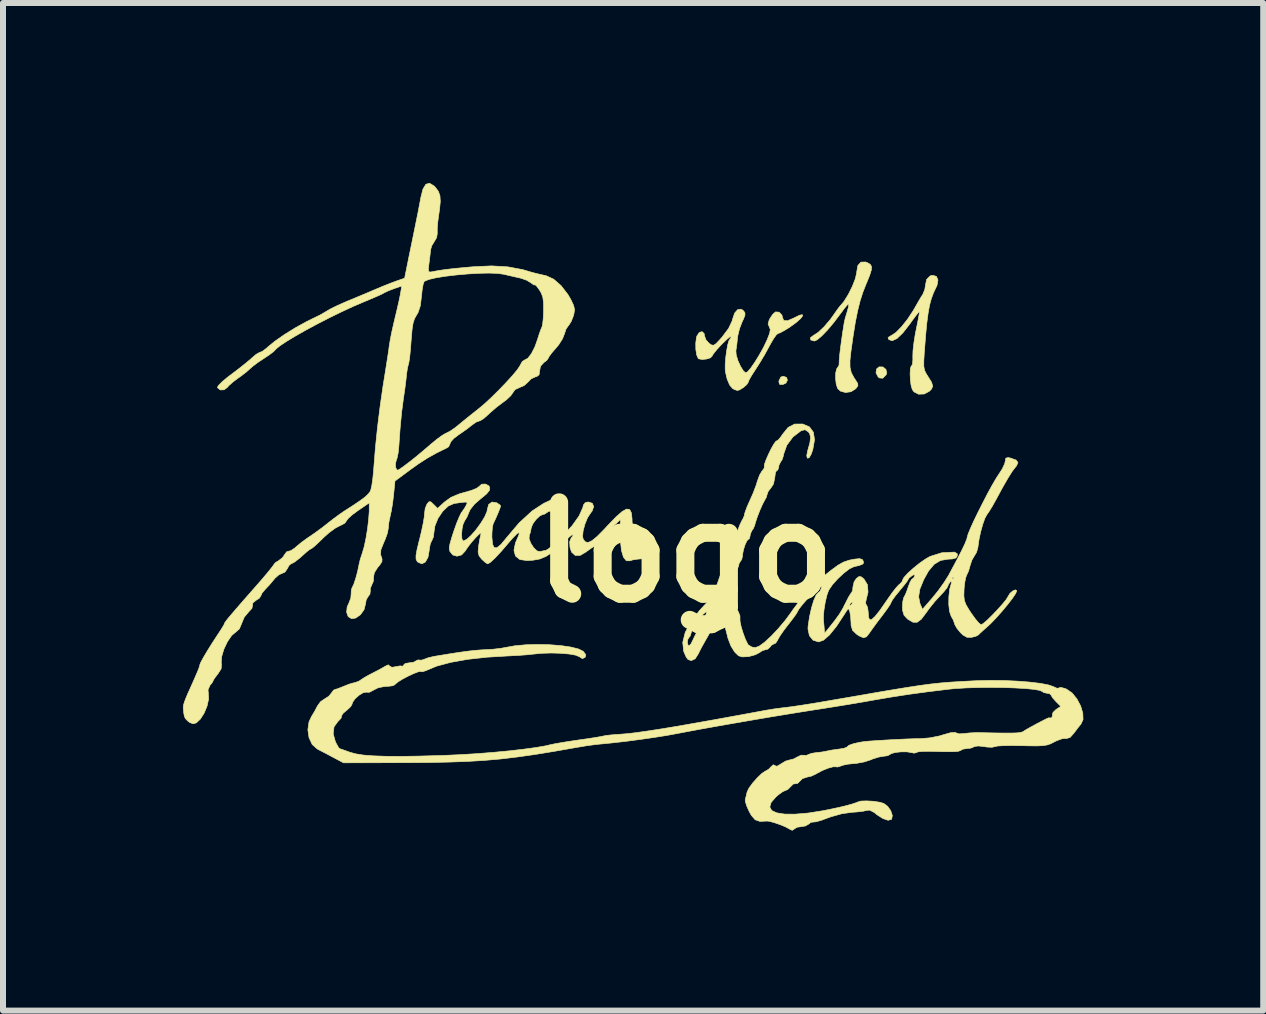
<source format=kicad_pcb>
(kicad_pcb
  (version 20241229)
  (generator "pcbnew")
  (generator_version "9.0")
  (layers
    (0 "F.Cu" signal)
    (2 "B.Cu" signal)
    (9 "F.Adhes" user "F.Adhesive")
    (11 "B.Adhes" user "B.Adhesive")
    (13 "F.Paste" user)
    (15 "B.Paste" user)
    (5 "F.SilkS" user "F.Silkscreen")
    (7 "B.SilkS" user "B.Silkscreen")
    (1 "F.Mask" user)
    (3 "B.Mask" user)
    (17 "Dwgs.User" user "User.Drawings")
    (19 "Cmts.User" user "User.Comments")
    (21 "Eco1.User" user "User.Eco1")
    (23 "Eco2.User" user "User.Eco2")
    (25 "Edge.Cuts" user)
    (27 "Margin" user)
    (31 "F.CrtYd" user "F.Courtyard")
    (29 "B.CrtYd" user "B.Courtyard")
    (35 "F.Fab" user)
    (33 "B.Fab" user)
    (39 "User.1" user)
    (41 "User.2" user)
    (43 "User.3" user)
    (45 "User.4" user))
  (footprint "logo"
    (layer "F.Cu")
    (at 8.377 6.16)
    (property "Reference" "logo" (at 0 0 0) (layer "F.SilkS") (effects (font (size 1.524 1.524) (thickness 0.3))))
    (attr through_hole)
    (fp_poly (pts (xy 1.688 -2.916) (xy 1.701 -2.871) (xy 1.677 -2.824) (xy 1.625 -2.799) (xy 1.57 -2.802) (xy 1.559 -2.843) (xy 1.561 -2.863) (xy 1.592 -2.924) (xy 1.635 -2.937) (xy 1.688 -2.916)) (stroke (width 0.01) (type solid)) (fill yes) (layer "F.SilkS"))
    (fp_poly (pts (xy 3.293 -3.092) (xy 3.343 -3.052) (xy 3.358 -2.992) (xy 3.347 -2.962) (xy 3.291 -2.904) (xy 3.235 -2.909) (xy 3.213 -2.927) (xy 3.178 -2.994) (xy 3.188 -3.059) (xy 3.228 -3.093) (xy 3.293 -3.092)) (stroke (width 0.01) (type solid)) (fill yes) (layer "F.SilkS"))
    (fp_poly (pts (xy 4.186 -4.601) (xy 4.211 -4.541) (xy 4.196 -4.454) (xy 4.181 -4.422) (xy 4.137 -4.329) (xy 4.101 -4.232) (xy 4.071 -4.122) (xy 4.047 -3.988) (xy 4.025 -3.821) (xy 4.005 -3.611) (xy 3.985 -3.348) (xy 3.983 -3.328) (xy 3.975 -3.192) (xy 3.975 -3.102) (xy 3.987 -3.037) (xy 4.014 -2.981) (xy 4.045 -2.932) (xy 4.104 -2.838) (xy 4.123 -2.774) (xy 4.105 -2.725) (xy 4.069 -2.688) (xy 3.982 -2.641) (xy 3.888 -2.638) (xy 3.811 -2.677) (xy 3.783 -2.716) (xy 3.763 -2.786) (xy 3.751 -2.88) (xy 3.747 -2.978) (xy 3.751 -3.06) (xy 3.765 -3.107) (xy 3.773 -3.111) (xy 3.787 -3.14) (xy 3.793 -3.212) (xy 3.792 -3.262) (xy 3.795 -3.364) (xy 3.811 -3.502) (xy 3.835 -3.652) (xy 3.845 -3.699) (xy 3.871 -3.828) (xy 3.891 -3.933) (xy 3.903 -4) (xy 3.905 -4.013) (xy 3.888 -4.003) (xy 3.844 -3.949) (xy 3.78 -3.863) (xy 3.745 -3.813) (xy 3.626 -3.66) (xy 3.527 -3.565) (xy 3.447 -3.529) (xy 3.391 -3.549) (xy 3.379 -3.582) (xy 3.423 -3.611) (xy 3.433 -3.615) (xy 3.51 -3.666) (xy 3.603 -3.761) (xy 3.703 -3.886) (xy 3.798 -4.03) (xy 3.828 -4.082) (xy 3.885 -4.182) (xy 3.935 -4.267) (xy 3.958 -4.301) (xy 3.992 -4.384) (xy 4.001 -4.444) (xy 4.022 -4.551) (xy 4.081 -4.61) (xy 4.125 -4.62) (xy 4.186 -4.601)) (stroke (width 0.01) (type solid)) (fill yes) (layer "F.SilkS"))
    (fp_poly (pts (xy 3.033 -4.831) (xy 3.08 -4.804) (xy 3.103 -4.768) (xy 3.101 -4.712) (xy 3.074 -4.623) (xy 3.02 -4.49) (xy 3.012 -4.472) (xy 2.958 -4.334) (xy 2.912 -4.19) (xy 2.872 -4.029) (xy 2.834 -3.84) (xy 2.797 -3.609) (xy 2.761 -3.356) (xy 2.744 -3.2) (xy 2.745 -3.087) (xy 2.766 -2.997) (xy 2.812 -2.911) (xy 2.833 -2.88) (xy 2.873 -2.817) (xy 2.876 -2.777) (xy 2.843 -2.732) (xy 2.84 -2.729) (xy 2.762 -2.679) (xy 2.669 -2.666) (xy 2.584 -2.69) (xy 2.537 -2.735) (xy 2.514 -2.81) (xy 2.504 -2.905) (xy 2.507 -2.997) (xy 2.524 -3.063) (xy 2.536 -3.077) (xy 2.562 -3.122) (xy 2.563 -3.144) (xy 2.565 -3.201) (xy 2.574 -3.305) (xy 2.59 -3.437) (xy 2.61 -3.582) (xy 2.622 -3.667) (xy 2.637 -3.759) (xy 2.647 -3.826) (xy 2.663 -3.897) (xy 2.691 -3.992) (xy 2.697 -4.011) (xy 2.719 -4.09) (xy 2.726 -4.139) (xy 2.724 -4.145) (xy 2.701 -4.127) (xy 2.652 -4.07) (xy 2.589 -3.985) (xy 2.586 -3.981) (xy 2.477 -3.836) (xy 2.37 -3.709) (xy 2.274 -3.609) (xy 2.196 -3.544) (xy 2.15 -3.524) (xy 2.091 -3.541) (xy 2.084 -3.579) (xy 2.133 -3.616) (xy 2.133 -3.616) (xy 2.215 -3.669) (xy 2.314 -3.763) (xy 2.418 -3.885) (xy 2.478 -3.969) (xy 2.528 -4.041) (xy 2.564 -4.089) (xy 2.57 -4.096) (xy 2.643 -4.182) (xy 2.718 -4.303) (xy 2.785 -4.438) (xy 2.835 -4.567) (xy 2.857 -4.668) (xy 2.857 -4.678) (xy 2.876 -4.784) (xy 2.927 -4.84) (xy 3.005 -4.842) (xy 3.033 -4.831)) (stroke (width 0.01) (type solid)) (fill yes) (layer "F.SilkS"))
    (fp_poly (pts (xy 0.967 -4.031) (xy 0.993 -3.995) (xy 0.993 -3.952) (xy 0.964 -3.88) (xy 0.946 -3.844) (xy 0.902 -3.729) (xy 0.873 -3.609) (xy 0.869 -3.575) (xy 0.858 -3.47) (xy 0.845 -3.378) (xy 0.842 -3.365) (xy 0.847 -3.295) (xy 0.875 -3.2) (xy 0.919 -3.103) (xy 0.967 -3.026) (xy 1.006 -2.993) (xy 1.039 -3.013) (xy 1.093 -3.077) (xy 1.16 -3.174) (xy 1.232 -3.291) (xy 1.302 -3.416) (xy 1.36 -3.538) (xy 1.365 -3.549) (xy 1.405 -3.653) (xy 1.416 -3.717) (xy 1.4 -3.758) (xy 1.399 -3.76) (xy 1.379 -3.808) (xy 1.397 -3.874) (xy 1.41 -3.899) (xy 1.456 -3.969) (xy 1.502 -4.009) (xy 1.503 -4.01) (xy 1.563 -4.005) (xy 1.609 -3.958) (xy 1.619 -3.917) (xy 1.64 -3.866) (xy 1.702 -3.862) (xy 1.805 -3.906) (xy 1.81 -3.909) (xy 1.902 -3.954) (xy 1.95 -3.964) (xy 1.954 -3.943) (xy 1.919 -3.897) (xy 1.846 -3.832) (xy 1.738 -3.754) (xy 1.737 -3.753) (xy 1.647 -3.698) (xy 1.576 -3.66) (xy 1.546 -3.651) (xy 1.514 -3.625) (xy 1.465 -3.555) (xy 1.408 -3.456) (xy 1.398 -3.437) (xy 1.323 -3.299) (xy 1.236 -3.154) (xy 1.168 -3.048) (xy 1.107 -2.954) (xy 1.063 -2.878) (xy 1.048 -2.837) (xy 1.023 -2.798) (xy 0.967 -2.749) (xy 0.904 -2.71) (xy 0.866 -2.7) (xy 0.82 -2.715) (xy 0.788 -2.732) (xy 0.739 -2.789) (xy 0.696 -2.89) (xy 0.668 -3.011) (xy 0.664 -3.048) (xy 0.664 -3.133) (xy 0.672 -3.242) (xy 0.687 -3.356) (xy 0.705 -3.457) (xy 0.724 -3.525) (xy 0.734 -3.543) (xy 0.761 -3.586) (xy 0.762 -3.597) (xy 0.742 -3.594) (xy 0.691 -3.552) (xy 0.617 -3.481) (xy 0.603 -3.467) (xy 0.525 -3.382) (xy 0.469 -3.313) (xy 0.445 -3.274) (xy 0.445 -3.272) (xy 0.417 -3.244) (xy 0.353 -3.224) (xy 0.28 -3.217) (xy 0.224 -3.227) (xy 0.215 -3.233) (xy 0.189 -3.291) (xy 0.174 -3.387) (xy 0.173 -3.494) (xy 0.186 -3.587) (xy 0.192 -3.607) (xy 0.232 -3.667) (xy 0.279 -3.681) (xy 0.313 -3.648) (xy 0.318 -3.612) (xy 0.344 -3.542) (xy 0.396 -3.485) (xy 0.437 -3.458) (xy 0.471 -3.454) (xy 0.511 -3.48) (xy 0.572 -3.544) (xy 0.616 -3.595) (xy 0.721 -3.735) (xy 0.78 -3.86) (xy 0.786 -3.885) (xy 0.821 -3.99) (xy 0.873 -4.049) (xy 0.932 -4.055) (xy 0.967 -4.031)) (stroke (width 0.01) (type solid)) (fill yes) (layer "F.SilkS"))
    (fp_poly (pts (xy -3.278 -1.111) (xy -3.262 -1.081) (xy -3.267 -1.034) (xy -3.312 -0.978) (xy -3.404 -0.901) (xy -3.409 -0.898) (xy -3.517 -0.804) (xy -3.588 -0.714) (xy -3.604 -0.679) (xy -3.64 -0.593) (xy -3.678 -0.53) (xy -3.706 -0.472) (xy -3.724 -0.388) (xy -3.731 -0.299) (xy -3.726 -0.226) (xy -3.706 -0.191) (xy -3.701 -0.191) (xy -3.647 -0.216) (xy -3.573 -0.283) (xy -3.491 -0.377) (xy -3.413 -0.484) (xy -3.348 -0.589) (xy -3.309 -0.677) (xy -3.302 -0.715) (xy -3.28 -0.799) (xy -3.224 -0.84) (xy -3.148 -0.828) (xy -3.145 -0.827) (xy -3.094 -0.793) (xy -3.08 -0.774) (xy -3.092 -0.736) (xy -3.121 -0.662) (xy -3.159 -0.574) (xy -3.196 -0.494) (xy -3.205 -0.476) (xy -3.218 -0.419) (xy -3.225 -0.324) (xy -3.226 -0.255) (xy -3.215 -0.137) (xy -3.188 -0.078) (xy -3.141 -0.078) (xy -3.072 -0.135) (xy -2.992 -0.232) (xy -2.772 -0.492) (xy -2.553 -0.693) (xy -2.361 -0.818) (xy -2.227 -0.88) (xy -2.137 -0.899) (xy -2.084 -0.877) (xy -2.064 -0.811) (xy -2.064 -0.794) (xy -2.085 -0.713) (xy -2.146 -0.68) (xy -2.216 -0.688) (xy -2.276 -0.686) (xy -2.3 -0.67) (xy -2.348 -0.638) (xy -2.369 -0.635) (xy -2.425 -0.61) (xy -2.49 -0.549) (xy -2.545 -0.474) (xy -2.571 -0.407) (xy -2.571 -0.403) (xy -2.587 -0.325) (xy -2.602 -0.289) (xy -2.606 -0.229) (xy -2.577 -0.152) (xy -2.529 -0.078) (xy -2.474 -0.025) (xy -2.424 -0.013) (xy -2.424 -0.014) (xy -2.352 -0.03) (xy -2.331 -0.032) (xy -2.291 -0.053) (xy -2.218 -0.111) (xy -2.125 -0.194) (xy -2.055 -0.262) (xy -1.889 -0.444) (xy -1.772 -0.608) (xy -1.709 -0.749) (xy -1.7 -0.79) (xy -1.666 -0.832) (xy -1.617 -0.841) (xy -1.551 -0.819) (xy -1.529 -0.764) (xy -1.554 -0.691) (xy -1.577 -0.661) (xy -1.631 -0.579) (xy -1.675 -0.471) (xy -1.705 -0.359) (xy -1.714 -0.264) (xy -1.702 -0.215) (xy -1.665 -0.174) (xy -1.618 -0.166) (xy -1.556 -0.196) (xy -1.471 -0.266) (xy -1.356 -0.382) (xy -1.298 -0.445) (xy -1.16 -0.588) (xy -1.055 -0.681) (xy -0.98 -0.723) (xy -0.929 -0.715) (xy -0.9 -0.658) (xy -0.889 -0.553) (xy -0.889 -0.519) (xy -0.876 -0.385) (xy -0.841 -0.258) (xy -0.791 -0.154) (xy -0.734 -0.091) (xy -0.712 -0.082) (xy -0.65 -0.045) (xy -0.635 0.016) (xy -0.649 0.078) (xy -0.675 0.1) (xy -0.736 0.107) (xy -0.794 0.112) (xy -0.877 0.125) (xy -0.924 0.14) (xy -0.985 0.139) (xy -1.033 0.079) (xy -1.066 -0.033) (xy -1.083 -0.195) (xy -1.084 -0.277) (xy -1.083 -0.549) (xy -1.211 -0.425) (xy -1.294 -0.338) (xy -1.364 -0.253) (xy -1.39 -0.214) (xy -1.444 -0.147) (xy -1.499 -0.109) (xy -1.56 -0.077) (xy -1.638 -0.022) (xy -1.652 -0.01) (xy -1.752 0.049) (xy -1.836 0.051) (xy -1.897 -0.004) (xy -1.923 -0.082) (xy -1.929 -0.177) (xy -1.909 -0.231) (xy -1.877 -0.278) (xy -1.873 -0.294) (xy -1.892 -0.293) (xy -1.939 -0.255) (xy -1.947 -0.248) (xy -2.098 -0.103) (xy -2.22 -0.000162) (xy -2.326 0.068) (xy -2.428 0.11) (xy -2.54 0.13) (xy -2.64 0.136) (xy -2.76 0.119) (xy -2.833 0.06) (xy -2.858 -0.035) (xy -2.833 -0.16) (xy -2.807 -0.219) (xy -2.772 -0.301) (xy -2.773 -0.331) (xy -2.809 -0.311) (xy -2.878 -0.24) (xy -2.941 -0.168) (xy -3.073 -0.014) (xy -3.18 0.1) (xy -3.256 0.169) (xy -3.296 0.191) (xy -3.334 0.169) (xy -3.39 0.118) (xy -3.396 0.113) (xy -3.44 0.055) (xy -3.456 -0.007) (xy -3.448 -0.1) (xy -3.446 -0.113) (xy -3.429 -0.214) (xy -3.412 -0.293) (xy -3.406 -0.314) (xy -3.412 -0.325) (xy -3.446 -0.298) (xy -3.499 -0.244) (xy -3.56 -0.175) (xy -3.617 -0.103) (xy -3.662 -0.038) (xy -3.67 -0.024) (xy -3.731 0.042) (xy -3.808 0.063) (xy -3.879 0.042) (xy -3.927 -0.018) (xy -3.937 -0.072) (xy -3.926 -0.138) (xy -3.897 -0.242) (xy -3.857 -0.365) (xy -3.813 -0.488) (xy -3.77 -0.592) (xy -3.737 -0.659) (xy -3.731 -0.667) (xy -3.683 -0.735) (xy -3.657 -0.781) (xy -3.64 -0.816) (xy -3.641 -0.835) (xy -3.671 -0.839) (xy -3.743 -0.832) (xy -3.858 -0.815) (xy -3.953 -0.773) (xy -4.046 -0.685) (xy -4.124 -0.569) (xy -4.176 -0.441) (xy -4.191 -0.341) (xy -4.201 -0.257) (xy -4.226 -0.2) (xy -4.227 -0.199) (xy -4.252 -0.146) (xy -4.269 -0.059) (xy -4.271 -0.034) (xy -4.292 0.083) (xy -4.335 0.16) (xy -4.392 0.19) (xy -4.455 0.166) (xy -4.476 0.144) (xy -4.491 0.109) (xy -4.491 0.051) (xy -4.475 -0.041) (xy -4.442 -0.18) (xy -4.432 -0.216) (xy -4.397 -0.362) (xy -4.369 -0.496) (xy -4.352 -0.601) (xy -4.35 -0.639) (xy -4.338 -0.733) (xy -4.308 -0.806) (xy -4.307 -0.808) (xy -4.273 -0.846) (xy -4.242 -0.842) (xy -4.198 -0.8) (xy -4.131 -0.734) (xy -4.015 -0.841) (xy -3.906 -0.919) (xy -3.767 -0.977) (xy -3.677 -1.002) (xy -3.566 -1.034) (xy -3.481 -1.068) (xy -3.44 -1.098) (xy -3.439 -1.099) (xy -3.397 -1.137) (xy -3.333 -1.14) (xy -3.278 -1.111)) (stroke (width 0.01) (type solid)) (fill yes) (layer "F.SilkS"))
    (fp_poly (pts (xy -4.191 -6.11) (xy -4.169 -6.088) (xy -4.119 -6.021) (xy -4.092 -5.947) (xy -4.086 -5.851) (xy -4.099 -5.716) (xy -4.111 -5.636) (xy -4.128 -5.509) (xy -4.137 -5.4) (xy -4.137 -5.329) (xy -4.136 -5.323) (xy -4.147 -5.249) (xy -4.181 -5.191) (xy -4.229 -5.112) (xy -4.247 -5.048) (xy -4.256 -4.968) (xy -4.269 -4.86) (xy -4.275 -4.816) (xy -4.285 -4.726) (xy -4.28 -4.683) (xy -4.253 -4.674) (xy -4.219 -4.68) (xy -4.113 -4.7) (xy -3.994 -4.717) (xy -3.847 -4.734) (xy -3.658 -4.752) (xy -3.545 -4.762) (xy -3.232 -4.777) (xy -2.96 -4.761) (xy -2.714 -4.715) (xy -2.648 -4.696) (xy -2.586 -4.677) (xy -2.524 -4.66) (xy -2.442 -4.64) (xy -2.319 -4.612) (xy -2.196 -4.555) (xy -2.073 -4.448) (xy -1.96 -4.302) (xy -1.907 -4.211) (xy -1.863 -4.116) (xy -1.848 -4.047) (xy -1.859 -3.973) (xy -1.868 -3.941) (xy -1.903 -3.852) (xy -1.943 -3.787) (xy -1.952 -3.779) (xy -1.991 -3.721) (xy -2.018 -3.639) (xy -2.05 -3.559) (xy -2.112 -3.462) (xy -2.161 -3.403) (xy -2.229 -3.325) (xy -2.274 -3.263) (xy -2.286 -3.238) (xy -2.311 -3.202) (xy -2.357 -3.168) (xy -2.416 -3.104) (xy -2.429 -3.032) (xy -2.44 -2.96) (xy -2.482 -2.93) (xy -2.501 -2.927) (xy -2.573 -2.893) (xy -2.621 -2.843) (xy -2.688 -2.782) (xy -2.761 -2.751) (xy -2.839 -2.715) (xy -2.873 -2.668) (xy -2.91 -2.614) (xy -2.982 -2.546) (xy -3.036 -2.506) (xy -3.144 -2.425) (xy -3.25 -2.334) (xy -3.287 -2.299) (xy -3.359 -2.235) (xy -3.42 -2.196) (xy -3.439 -2.191) (xy -3.492 -2.171) (xy -3.558 -2.123) (xy -3.559 -2.123) (xy -3.632 -2.065) (xy -3.729 -1.996) (xy -3.778 -1.963) (xy -3.858 -1.903) (xy -3.91 -1.846) (xy -3.921 -1.82) (xy -3.946 -1.763) (xy -3.969 -1.747) (xy -4.154 -1.655) (xy -4.306 -1.57) (xy -4.451 -1.476) (xy -4.584 -1.381) (xy -4.842 -1.19) (xy -4.865 -0.956) (xy -4.881 -0.822) (xy -4.902 -0.696) (xy -4.921 -0.608) (xy -4.943 -0.504) (xy -4.953 -0.409) (xy -4.953 -0.404) (xy -4.967 -0.324) (xy -5.004 -0.22) (xy -5.028 -0.166) (xy -5.077 -0.045) (xy -5.082 0.037) (xy -5.078 0.048) (xy -5.057 0.11) (xy -5.06 0.155) (xy -5.094 0.208) (xy -5.131 0.252) (xy -5.186 0.339) (xy -5.199 0.409) (xy -5.198 0.411) (xy -5.203 0.484) (xy -5.226 0.535) (xy -5.254 0.601) (xy -5.253 0.643) (xy -5.26 0.698) (xy -5.285 0.729) (xy -5.321 0.789) (xy -5.334 0.863) (xy -5.358 0.956) (xy -5.418 1.039) (xy -5.496 1.094) (xy -5.565 1.105) (xy -5.622 1.07) (xy -5.648 0.998) (xy -5.639 0.908) (xy -5.611 0.847) (xy -5.578 0.762) (xy -5.573 0.699) (xy -5.569 0.625) (xy -5.556 0.587) (xy -5.529 0.532) (xy -5.497 0.436) (xy -5.466 0.323) (xy -5.443 0.214) (xy -5.442 0.206) (xy -5.419 0.109) (xy -5.384 0.005) (xy -5.383 0) (xy -5.355 -0.095) (xy -5.326 -0.232) (xy -5.3 -0.39) (xy -5.281 -0.548) (xy -5.271 -0.683) (xy -5.271 -0.716) (xy -5.271 -0.826) (xy -5.461 -0.696) (xy -5.554 -0.627) (xy -5.622 -0.566) (xy -5.651 -0.526) (xy -5.652 -0.524) (xy -5.679 -0.487) (xy -5.746 -0.451) (xy -5.761 -0.445) (xy -5.838 -0.404) (xy -5.937 -0.332) (xy -6.037 -0.243) (xy -6.043 -0.236) (xy -6.128 -0.154) (xy -6.195 -0.093) (xy -6.233 -0.064) (xy -6.235 -0.064) (xy -6.271 -0.044) (xy -6.315 -0.008) (xy -6.43 0.094) (xy -6.518 0.162) (xy -6.571 0.19) (xy -6.576 0.191) (xy -6.608 0.217) (xy -6.636 0.27) (xy -6.677 0.329) (xy -6.723 0.349) (xy -6.777 0.373) (xy -6.843 0.431) (xy -6.858 0.45) (xy -6.93 0.536) (xy -7.002 0.613) (xy -7.009 0.62) (xy -7.059 0.68) (xy -7.08 0.727) (xy -7.08 0.727) (xy -7.106 0.766) (xy -7.157 0.798) (xy -7.212 0.842) (xy -7.216 0.88) (xy -7.227 0.933) (xy -7.284 0.995) (xy -7.285 0.996) (xy -7.356 1.082) (xy -7.394 1.175) (xy -7.436 1.275) (xy -7.489 1.322) (xy -7.564 1.385) (xy -7.636 1.49) (xy -7.695 1.615) (xy -7.732 1.739) (xy -7.739 1.843) (xy -7.734 1.865) (xy -7.74 1.941) (xy -7.794 2.025) (xy -7.845 2.091) (xy -7.873 2.136) (xy -7.874 2.142) (xy -7.894 2.179) (xy -7.924 2.213) (xy -7.959 2.291) (xy -7.954 2.343) (xy -7.949 2.445) (xy -7.975 2.563) (xy -8.023 2.679) (xy -8.086 2.778) (xy -8.154 2.842) (xy -8.204 2.857) (xy -8.263 2.837) (xy -8.3 2.808) (xy -8.335 2.77) (xy -8.353 2.734) (xy -8.364 2.673) (xy -8.368 2.635) (xy -8.372 2.584) (xy -8.364 2.531) (xy -8.34 2.46) (xy -8.297 2.356) (xy -8.265 2.286) (xy -8.192 2.122) (xy -8.142 2.007) (xy -8.112 1.933) (xy -8.098 1.89) (xy -8.096 1.876) (xy -8.08 1.834) (xy -8.035 1.751) (xy -7.969 1.64) (xy -7.889 1.512) (xy -7.803 1.38) (xy -7.787 1.356) (xy -7.731 1.27) (xy -7.693 1.207) (xy -7.684 1.185) (xy -7.678 1.171) (xy -7.66 1.145) (xy -7.624 1.099) (xy -7.565 1.029) (xy -7.48 0.93) (xy -7.363 0.795) (xy -7.209 0.62) (xy -7.159 0.563) (xy -7.051 0.439) (xy -6.961 0.332) (xy -6.895 0.25) (xy -6.861 0.204) (xy -6.858 0.197) (xy -6.832 0.168) (xy -6.787 0.142) (xy -6.717 0.088) (xy -6.684 0.039) (xy -6.648 -0.01) (xy -6.617 -0.019) (xy -6.574 -0.031) (xy -6.51 -0.075) (xy -6.489 -0.094) (xy -6.4 -0.168) (xy -6.295 -0.244) (xy -6.269 -0.261) (xy -6.177 -0.324) (xy -6.062 -0.408) (xy -5.97 -0.48) (xy -5.865 -0.562) (xy -5.764 -0.636) (xy -5.696 -0.683) (xy -5.533 -0.788) (xy -5.415 -0.868) (xy -5.335 -0.928) (xy -5.285 -0.976) (xy -5.255 -1.017) (xy -5.245 -1.04) (xy -5.229 -1.109) (xy -5.212 -1.223) (xy -5.198 -1.362) (xy -5.192 -1.445) (xy -5.189 -1.478) (xy -4.835 -1.478) (xy -4.831 -1.415) (xy -4.809 -1.375) (xy -4.791 -1.372) (xy -4.753 -1.395) (xy -4.682 -1.446) (xy -4.6 -1.508) (xy -4.489 -1.596) (xy -4.361 -1.703) (xy -4.248 -1.8) (xy -4.149 -1.882) (xy -4.059 -1.948) (xy -3.997 -1.985) (xy -3.99 -1.987) (xy -3.923 -2.021) (xy -3.839 -2.079) (xy -3.81 -2.102) (xy -3.697 -2.195) (xy -3.594 -2.278) (xy -3.473 -2.374) (xy -3.444 -2.397) (xy -3.343 -2.482) (xy -3.227 -2.59) (xy -3.105 -2.711) (xy -2.987 -2.834) (xy -2.883 -2.948) (xy -2.804 -3.043) (xy -2.759 -3.109) (xy -2.755 -3.119) (xy -2.72 -3.182) (xy -2.682 -3.207) (xy -2.627 -3.236) (xy -2.567 -3.314) (xy -2.508 -3.43) (xy -2.466 -3.549) (xy -2.434 -3.649) (xy -2.405 -3.728) (xy -2.392 -3.755) (xy -2.38 -3.804) (xy -2.37 -3.898) (xy -2.364 -4.017) (xy -2.364 -4.031) (xy -2.365 -4.164) (xy -2.377 -4.256) (xy -2.404 -4.327) (xy -2.434 -4.377) (xy -2.479 -4.438) (xy -2.506 -4.463) (xy -2.508 -4.46) (xy -2.528 -4.46) (xy -2.571 -4.492) (xy -2.644 -4.537) (xy -2.741 -4.571) (xy -2.753 -4.574) (xy -2.86 -4.598) (xy -2.985 -4.627) (xy -3.032 -4.638) (xy -3.135 -4.652) (xy -3.279 -4.657) (xy -3.45 -4.653) (xy -3.635 -4.642) (xy -3.824 -4.625) (xy -4.001 -4.604) (xy -4.156 -4.579) (xy -4.276 -4.551) (xy -4.347 -4.522) (xy -4.355 -4.516) (xy -4.372 -4.471) (xy -4.388 -4.382) (xy -4.4 -4.268) (xy -4.4 -4.267) (xy -4.42 -4.109) (xy -4.457 -3.998) (xy -4.483 -3.955) (xy -4.516 -3.897) (xy -4.54 -3.822) (xy -4.557 -3.714) (xy -4.57 -3.56) (xy -4.573 -3.526) (xy -4.584 -3.382) (xy -4.596 -3.259) (xy -4.609 -3.172) (xy -4.617 -3.14) (xy -4.633 -3.076) (xy -4.647 -2.984) (xy -4.649 -2.966) (xy -4.659 -2.871) (xy -4.675 -2.742) (xy -4.695 -2.605) (xy -4.696 -2.602) (xy -4.73 -2.344) (xy -4.757 -2.059) (xy -4.777 -1.773) (xy -4.788 -1.663) (xy -4.806 -1.574) (xy -4.819 -1.538) (xy -4.835 -1.478) (xy -5.189 -1.478) (xy -5.168 -1.746) (xy -5.133 -2.086) (xy -5.089 -2.44) (xy -5.039 -2.786) (xy -5.017 -2.921) (xy -4.991 -3.085) (xy -4.966 -3.243) (xy -4.946 -3.374) (xy -4.937 -3.445) (xy -4.92 -3.548) (xy -4.892 -3.689) (xy -4.857 -3.842) (xy -4.842 -3.905) (xy -4.807 -4.051) (xy -4.776 -4.186) (xy -4.754 -4.292) (xy -4.748 -4.325) (xy -4.728 -4.443) (xy -4.862 -4.396) (xy -4.951 -4.362) (xy -5.017 -4.331) (xy -5.03 -4.323) (xy -5.072 -4.301) (xy -5.16 -4.262) (xy -5.277 -4.212) (xy -5.366 -4.175) (xy -5.542 -4.1) (xy -5.735 -4.01) (xy -5.938 -3.911) (xy -6.14 -3.807) (xy -6.332 -3.704) (xy -6.506 -3.605) (xy -6.652 -3.517) (xy -6.761 -3.444) (xy -6.825 -3.392) (xy -6.834 -3.38) (xy -6.872 -3.343) (xy -6.947 -3.287) (xy -7.024 -3.236) (xy -7.125 -3.169) (xy -7.213 -3.103) (xy -7.255 -3.066) (xy -7.319 -3.009) (xy -7.41 -2.939) (xy -7.456 -2.907) (xy -7.544 -2.841) (xy -7.614 -2.779) (xy -7.635 -2.753) (xy -7.691 -2.711) (xy -7.755 -2.709) (xy -7.799 -2.745) (xy -7.802 -2.752) (xy -7.783 -2.785) (xy -7.723 -2.845) (xy -7.632 -2.921) (xy -7.566 -2.971) (xy -7.446 -3.062) (xy -7.335 -3.15) (xy -7.25 -3.221) (xy -7.225 -3.244) (xy -7.158 -3.301) (xy -7.104 -3.332) (xy -7.095 -3.334) (xy -7.05 -3.354) (xy -6.984 -3.404) (xy -6.966 -3.421) (xy -6.844 -3.521) (xy -6.683 -3.633) (xy -6.499 -3.747) (xy -6.31 -3.851) (xy -6.196 -3.907) (xy -6.091 -3.958) (xy -5.997 -4.012) (xy -5.973 -4.027) (xy -5.905 -4.066) (xy -5.798 -4.118) (xy -5.671 -4.174) (xy -5.636 -4.189) (xy -5.484 -4.252) (xy -5.323 -4.319) (xy -5.185 -4.378) (xy -5.175 -4.382) (xy -5.045 -4.437) (xy -4.913 -4.489) (xy -4.825 -4.522) (xy -4.681 -4.572) (xy -4.609 -4.929) (xy -4.573 -5.103) (xy -4.536 -5.284) (xy -4.503 -5.445) (xy -4.487 -5.524) (xy -4.458 -5.667) (xy -4.431 -5.808) (xy -4.411 -5.916) (xy -4.375 -6.058) (xy -4.326 -6.138) (xy -4.265 -6.155) (xy -4.191 -6.11)) (stroke (width 0.01) (type solid)) (fill yes) (layer "F.SilkS"))
    (fp_poly (pts (xy -2.263 1.539) (xy -2.074 1.554) (xy -1.91 1.578) (xy -1.782 1.61) (xy -1.703 1.649) (xy -1.7 1.653) (xy -1.66 1.706) (xy -1.67 1.745) (xy -1.675 1.751) (xy -1.717 1.771) (xy -1.769 1.738) (xy -1.769 1.738) (xy -1.83 1.713) (xy -1.937 1.694) (xy -2.078 1.682) (xy -2.235 1.677) (xy -2.394 1.682) (xy -2.539 1.696) (xy -2.54 1.696) (xy -2.641 1.707) (xy -2.779 1.717) (xy -2.927 1.725) (xy -2.953 1.726) (xy -3.308 1.747) (xy -3.63 1.783) (xy -3.912 1.833) (xy -4.147 1.896) (xy -4.326 1.971) (xy -4.327 1.972) (xy -4.386 1.99) (xy -4.412 1.985) (xy -4.452 1.99) (xy -4.528 2.019) (xy -4.623 2.063) (xy -4.717 2.113) (xy -4.793 2.16) (xy -4.82 2.182) (xy -4.85 2.209) (xy -4.88 2.223) (xy -4.933 2.23) (xy -5.024 2.237) (xy -5.12 2.256) (xy -5.196 2.293) (xy -5.202 2.298) (xy -5.271 2.333) (xy -5.315 2.33) (xy -5.37 2.338) (xy -5.441 2.381) (xy -5.508 2.441) (xy -5.551 2.503) (xy -5.556 2.528) (xy -5.58 2.571) (xy -5.639 2.626) (xy -5.652 2.636) (xy -5.71 2.686) (xy -5.732 2.725) (xy -5.731 2.73) (xy -5.742 2.766) (xy -5.79 2.816) (xy -5.794 2.82) (xy -5.858 2.908) (xy -5.872 3.024) (xy -5.835 3.157) (xy -5.825 3.177) (xy -5.79 3.24) (xy -5.77 3.27) (xy -5.769 3.27) (xy -5.738 3.28) (xy -5.665 3.306) (xy -5.59 3.333) (xy -5.495 3.359) (xy -5.368 3.379) (xy -5.203 3.392) (xy -4.997 3.399) (xy -4.742 3.401) (xy -4.436 3.396) (xy -4.072 3.386) (xy -4.016 3.384) (xy -3.749 3.372) (xy -3.471 3.355) (xy -3.194 3.333) (xy -2.93 3.308) (xy -2.689 3.28) (xy -2.484 3.252) (xy -2.324 3.224) (xy -2.263 3.209) (xy -2.183 3.192) (xy -2.058 3.17) (xy -1.907 3.146) (xy -1.778 3.127) (xy -1.629 3.106) (xy -1.501 3.086) (xy -1.408 3.07) (xy -1.366 3.061) (xy -1.313 3.051) (xy -1.217 3.041) (xy -1.096 3.032) (xy -1.081 3.031) (xy -0.967 3.022) (xy -0.821 3.005) (xy -0.638 2.979) (xy -0.416 2.945) (xy -0.149 2.901) (xy 0.165 2.846) (xy 0.531 2.781) (xy 0.953 2.704) (xy 1.349 2.631) (xy 1.484 2.609) (xy 1.629 2.59) (xy 1.674 2.585) (xy 1.768 2.573) (xy 1.907 2.553) (xy 2.073 2.527) (xy 2.249 2.498) (xy 2.277 2.493) (xy 2.486 2.457) (xy 2.726 2.416) (xy 2.969 2.374) (xy 3.175 2.338) (xy 3.464 2.289) (xy 3.703 2.25) (xy 3.906 2.219) (xy 4.084 2.195) (xy 4.251 2.177) (xy 4.419 2.163) (xy 4.602 2.152) (xy 4.812 2.141) (xy 4.858 2.139) (xy 5.082 2.134) (xy 5.311 2.136) (xy 5.533 2.146) (xy 5.738 2.162) (xy 5.915 2.183) (xy 6.052 2.209) (xy 6.138 2.238) (xy 6.146 2.243) (xy 6.201 2.267) (xy 6.228 2.259) (xy 6.261 2.251) (xy 6.33 2.269) (xy 6.354 2.279) (xy 6.448 2.344) (xy 6.528 2.443) (xy 6.59 2.56) (xy 6.626 2.68) (xy 6.63 2.786) (xy 6.595 2.863) (xy 6.551 2.916) (xy 6.493 2.993) (xy 6.48 3.011) (xy 6.414 3.085) (xy 6.355 3.103) (xy 6.345 3.101) (xy 6.283 3.106) (xy 6.194 3.138) (xy 6.151 3.159) (xy 6.091 3.19) (xy 6.033 3.21) (xy 5.963 3.221) (xy 5.868 3.226) (xy 5.733 3.225) (xy 5.605 3.222) (xy 5.448 3.22) (xy 5.313 3.222) (xy 5.214 3.227) (xy 5.163 3.236) (xy 5.16 3.238) (xy 5.112 3.249) (xy 5.027 3.245) (xy 4.985 3.238) (xy 4.886 3.227) (xy 4.821 3.235) (xy 4.812 3.241) (xy 4.76 3.263) (xy 4.695 3.27) (xy 4.623 3.281) (xy 4.588 3.303) (xy 4.546 3.317) (xy 4.448 3.323) (xy 4.299 3.322) (xy 4.222 3.32) (xy 4.074 3.316) (xy 3.956 3.318) (xy 3.88 3.325) (xy 3.858 3.334) (xy 3.817 3.347) (xy 3.769 3.338) (xy 3.695 3.325) (xy 3.598 3.325) (xy 3.503 3.335) (xy 3.432 3.354) (xy 3.411 3.369) (xy 3.369 3.39) (xy 3.308 3.398) (xy 3.224 3.412) (xy 3.122 3.444) (xy 3.096 3.456) (xy 2.982 3.493) (xy 2.852 3.517) (xy 2.812 3.52) (xy 2.708 3.531) (xy 2.622 3.549) (xy 2.598 3.559) (xy 2.539 3.578) (xy 2.513 3.575) (xy 2.465 3.574) (xy 2.381 3.597) (xy 2.284 3.636) (xy 2.193 3.684) (xy 2.183 3.691) (xy 2.098 3.731) (xy 2.025 3.747) (xy 1.951 3.772) (xy 1.912 3.811) (xy 1.869 3.853) (xy 1.838 3.855) (xy 1.797 3.863) (xy 1.758 3.902) (xy 1.707 3.953) (xy 1.669 3.969) (xy 1.623 3.989) (xy 1.552 4.04) (xy 1.509 4.077) (xy 1.429 4.17) (xy 1.407 4.245) (xy 1.439 4.303) (xy 1.522 4.342) (xy 1.653 4.363) (xy 1.829 4.364) (xy 2.045 4.346) (xy 2.298 4.306) (xy 2.555 4.253) (xy 2.684 4.222) (xy 2.79 4.192) (xy 2.858 4.169) (xy 2.872 4.162) (xy 2.926 4.146) (xy 3.02 4.143) (xy 3.132 4.149) (xy 3.238 4.165) (xy 3.305 4.184) (xy 3.372 4.233) (xy 3.424 4.307) (xy 3.45 4.385) (xy 3.44 4.446) (xy 3.434 4.452) (xy 3.379 4.466) (xy 3.294 4.437) (xy 3.192 4.372) (xy 3.153 4.339) (xy 3.074 4.297) (xy 3.026 4.301) (xy 2.964 4.315) (xy 2.864 4.327) (xy 2.777 4.333) (xy 2.611 4.356) (xy 2.432 4.406) (xy 2.373 4.427) (xy 2.265 4.467) (xy 2.179 4.491) (xy 2.133 4.496) (xy 2.131 4.495) (xy 2.09 4.501) (xy 2.063 4.525) (xy 2.004 4.56) (xy 1.935 4.572) (xy 1.863 4.582) (xy 1.826 4.604) (xy 1.781 4.634) (xy 1.729 4.609) (xy 1.676 4.579) (xy 1.588 4.542) (xy 1.49 4.508) (xy 1.404 4.484) (xy 1.359 4.479) (xy 1.243 4.485) (xy 1.163 4.457) (xy 1.1 4.384) (xy 1.064 4.32) (xy 1.022 4.226) (xy 0.999 4.15) (xy 0.998 4.121) (xy 1.014 4.06) (xy 1.029 3.995) (xy 1.06 3.93) (xy 1.122 3.845) (xy 1.199 3.758) (xy 1.275 3.685) (xy 1.335 3.645) (xy 1.343 3.643) (xy 1.391 3.613) (xy 1.425 3.577) (xy 1.467 3.54) (xy 1.491 3.554) (xy 1.527 3.566) (xy 1.593 3.527) (xy 1.595 3.525) (xy 1.67 3.48) (xy 1.736 3.461) (xy 1.736 3.461) (xy 1.807 3.443) (xy 1.866 3.411) (xy 1.929 3.381) (xy 1.97 3.382) (xy 2.021 3.384) (xy 2.041 3.374) (xy 2.099 3.351) (xy 2.175 3.339) (xy 2.275 3.328) (xy 2.349 3.314) (xy 2.433 3.297) (xy 2.539 3.282) (xy 2.564 3.279) (xy 2.646 3.265) (xy 2.694 3.246) (xy 2.699 3.239) (xy 2.727 3.216) (xy 2.8 3.19) (xy 2.9 3.167) (xy 2.969 3.156) (xy 3.054 3.147) (xy 3.185 3.138) (xy 3.346 3.128) (xy 3.517 3.119) (xy 3.683 3.111) (xy 3.825 3.106) (xy 3.921 3.105) (xy 4.075 3.092) (xy 4.237 3.06) (xy 4.297 3.041) (xy 4.422 3.006) (xy 4.497 3.001) (xy 4.514 3.009) (xy 4.564 3.025) (xy 4.643 3.021) (xy 4.646 3.02) (xy 4.737 3.01) (xy 4.857 3.004) (xy 4.921 3.005) (xy 5.148 3.01) (xy 5.319 3.012) (xy 5.444 3.012) (xy 5.53 3.009) (xy 5.586 3.002) (xy 5.62 2.993) (xy 5.636 2.984) (xy 5.679 2.956) (xy 5.756 2.913) (xy 5.849 2.862) (xy 5.941 2.814) (xy 6.015 2.776) (xy 6.054 2.759) (xy 6.056 2.758) (xy 6.103 2.761) (xy 6.12 2.727) (xy 6.117 2.717) (xy 6.129 2.668) (xy 6.179 2.62) (xy 6.259 2.567) (xy 6.178 2.486) (xy 6.124 2.425) (xy 6.097 2.381) (xy 6.096 2.377) (xy 6.069 2.354) (xy 6.034 2.349) (xy 5.975 2.337) (xy 5.955 2.322) (xy 5.912 2.301) (xy 5.815 2.284) (xy 5.675 2.27) (xy 5.502 2.26) (xy 5.307 2.253) (xy 5.098 2.251) (xy 4.887 2.253) (xy 4.684 2.259) (xy 4.499 2.27) (xy 4.381 2.282) (xy 4.038 2.324) (xy 3.735 2.365) (xy 3.449 2.409) (xy 3.155 2.459) (xy 3.111 2.467) (xy 2.917 2.501) (xy 2.685 2.54) (xy 2.443 2.579) (xy 2.218 2.615) (xy 2.175 2.621) (xy 1.954 2.656) (xy 1.695 2.698) (xy 1.409 2.745) (xy 1.11 2.796) (xy 0.81 2.848) (xy 0.523 2.898) (xy 0.261 2.945) (xy 0.037 2.987) (xy -0.127 3.018) (xy -0.3 3.05) (xy -0.514 3.084) (xy -0.749 3.118) (xy -0.985 3.149) (xy -1.202 3.174) (xy -1.381 3.192) (xy -1.406 3.194) (xy -1.51 3.205) (xy -1.65 3.224) (xy -1.799 3.249) (xy -1.834 3.255) (xy -2.194 3.318) (xy -2.512 3.37) (xy -2.803 3.411) (xy -3.079 3.444) (xy -3.353 3.468) (xy -3.636 3.485) (xy -3.944 3.496) (xy -4.287 3.503) (xy -4.678 3.506) (xy -4.747 3.506) (xy -5.699 3.508) (xy -5.874 3.416) (xy -5.984 3.357) (xy -6.085 3.305) (xy -6.138 3.277) (xy -6.222 3.202) (xy -6.275 3.088) (xy -6.294 2.956) (xy -6.275 2.825) (xy -6.235 2.739) (xy -6.179 2.646) (xy -6.137 2.564) (xy -6.083 2.489) (xy -6.02 2.446) (xy -5.946 2.399) (xy -5.906 2.351) (xy -5.869 2.3) (xy -5.845 2.286) (xy -5.801 2.274) (xy -5.724 2.244) (xy -5.695 2.232) (xy -5.604 2.196) (xy -5.531 2.175) (xy -5.517 2.173) (xy -5.446 2.149) (xy -5.413 2.127) (xy -5.356 2.089) (xy -5.267 2.039) (xy -5.214 2.012) (xy -5.115 1.961) (xy -5.033 1.915) (xy -5.004 1.898) (xy -4.954 1.874) (xy -4.931 1.894) (xy -4.893 1.916) (xy -4.827 1.905) (xy -4.756 1.892) (xy -4.717 1.897) (xy -4.7 1.891) (xy -4.699 1.879) (xy -4.671 1.852) (xy -4.606 1.841) (xy -4.532 1.832) (xy -4.492 1.809) (xy -4.455 1.791) (xy -4.443 1.795) (xy -4.395 1.796) (xy -4.358 1.783) (xy -4.288 1.757) (xy -4.196 1.735) (xy -4.191 1.734) (xy -3.954 1.695) (xy -3.768 1.666) (xy -3.622 1.646) (xy -3.503 1.633) (xy -3.402 1.625) (xy -3.337 1.622) (xy -3.204 1.614) (xy -3.075 1.599) (xy -3 1.585) (xy -2.844 1.557) (xy -2.66 1.54) (xy -2.462 1.535) (xy -2.263 1.539)) (stroke (width 0.01) (type solid)) (fill yes) (layer "F.SilkS"))
    (fp_poly (pts (xy 1.958 -2.14) (xy 2.068 -2.093) (xy 2.134 -2.004) (xy 2.153 -1.878) (xy 2.125 -1.718) (xy 2.099 -1.641) (xy 2.063 -1.578) (xy 2.034 -1.571) (xy 2.023 -1.612) (xy 2.038 -1.691) (xy 2.076 -1.827) (xy 2.087 -1.919) (xy 2.072 -1.981) (xy 2.049 -2.011) (xy 1.994 -2.046) (xy 1.932 -2.029) (xy 1.928 -2.028) (xy 1.793 -1.925) (xy 1.691 -1.787) (xy 1.637 -1.635) (xy 1.634 -1.609) (xy 1.61 -1.54) (xy 1.592 -1.516) (xy 1.56 -1.454) (xy 1.556 -1.422) (xy 1.541 -1.374) (xy 1.524 -1.365) (xy 1.503 -1.337) (xy 1.493 -1.269) (xy 1.492 -1.254) (xy 1.469 -1.141) (xy 1.429 -1.079) (xy 1.382 -1.019) (xy 1.365 -0.975) (xy 1.349 -0.918) (xy 1.323 -0.872) (xy 1.287 -0.804) (xy 1.242 -0.702) (xy 1.198 -0.589) (xy 1.166 -0.492) (xy 1.155 -0.448) (xy 1.127 -0.386) (xy 1.113 -0.371) (xy 1.084 -0.311) (xy 1.079 -0.279) (xy 1.068 -0.231) (xy 1.054 -0.222) (xy 1.027 -0.195) (xy 0.995 -0.127) (xy 0.968 -0.042) (xy 0.953 0.038) (xy 0.953 0.056) (xy 0.939 0.119) (xy 0.921 0.143) (xy 0.894 0.188) (xy 0.889 0.221) (xy 0.865 0.279) (xy 0.839 0.298) (xy 0.806 0.329) (xy 0.809 0.348) (xy 0.805 0.39) (xy 0.777 0.47) (xy 0.731 0.569) (xy 0.674 0.686) (xy 0.644 0.756) (xy 0.639 0.785) (xy 0.657 0.783) (xy 0.665 0.779) (xy 0.708 0.786) (xy 0.766 0.833) (xy 0.828 0.904) (xy 0.88 0.984) (xy 0.91 1.056) (xy 0.91 1.094) (xy 0.911 1.148) (xy 0.93 1.24) (xy 0.963 1.347) (xy 1.001 1.45) (xy 1.039 1.527) (xy 1.051 1.544) (xy 1.109 1.578) (xy 1.167 1.587) (xy 1.231 1.563) (xy 1.323 1.496) (xy 1.432 1.395) (xy 1.549 1.271) (xy 1.666 1.132) (xy 1.771 0.989) (xy 1.795 0.953) (xy 1.933 0.77) (xy 2.11 0.578) (xy 2.311 0.393) (xy 2.429 0.298) (xy 2.545 0.213) (xy 2.638 0.161) (xy 2.729 0.13) (xy 2.814 0.113) (xy 2.902 0.104) (xy 2.948 0.117) (xy 2.964 0.142) (xy 2.971 0.176) (xy 2.951 0.198) (xy 2.893 0.219) (xy 2.81 0.238) (xy 2.735 0.274) (xy 2.64 0.347) (xy 2.539 0.441) (xy 2.45 0.541) (xy 2.389 0.631) (xy 2.359 0.715) (xy 2.331 0.835) (xy 2.31 0.965) (xy 2.301 1.079) (xy 2.302 1.121) (xy 2.31 1.211) (xy 2.315 1.27) (xy 2.32 1.349) (xy 2.39 1.263) (xy 2.494 1.132) (xy 2.569 1.028) (xy 2.626 0.932) (xy 2.649 0.887) (xy 2.738 0.887) (xy 2.743 0.889) (xy 2.772 0.867) (xy 2.778 0.857) (xy 2.786 0.828) (xy 2.782 0.826) (xy 2.753 0.848) (xy 2.746 0.857) (xy 2.738 0.887) (xy 2.649 0.887) (xy 2.673 0.839) (xy 2.718 0.75) (xy 2.755 0.689) (xy 2.77 0.672) (xy 2.788 0.636) (xy 2.794 0.574) (xy 2.814 0.489) (xy 2.852 0.434) (xy 2.897 0.401) (xy 2.936 0.409) (xy 2.979 0.446) (xy 3.036 0.54) (xy 3.045 0.664) (xy 3.017 0.775) (xy 3.003 0.847) (xy 3.017 0.874) (xy 3.038 0.916) (xy 3.048 0.992) (xy 3.048 1) (xy 3.054 1.082) (xy 3.072 1.122) (xy 3.108 1.118) (xy 3.164 1.066) (xy 3.245 0.964) (xy 3.352 0.81) (xy 3.378 0.772) (xy 3.453 0.666) (xy 3.519 0.582) (xy 3.566 0.533) (xy 3.576 0.527) (xy 3.615 0.485) (xy 3.619 0.465) (xy 3.644 0.418) (xy 3.708 0.348) (xy 3.798 0.266) (xy 3.9 0.183) (xy 4.003 0.111) (xy 4.08 0.067) (xy 4.274 0.006) (xy 4.482 -0.005) (xy 4.487 -0.005) (xy 4.532 0.021) (xy 4.534 0.056) (xy 4.512 0.092) (xy 4.452 0.109) (xy 4.377 0.113) (xy 4.254 0.134) (xy 4.148 0.198) (xy 4.052 0.313) (xy 3.972 0.458) (xy 3.909 0.613) (xy 3.889 0.739) (xy 3.911 0.851) (xy 3.917 0.866) (xy 3.953 0.949) (xy 4.124 0.752) (xy 4.221 0.631) (xy 4.315 0.499) (xy 4.359 0.429) (xy 4.445 0.429) (xy 4.461 0.445) (xy 4.477 0.429) (xy 4.461 0.413) (xy 4.445 0.429) (xy 4.359 0.429) (xy 4.387 0.385) (xy 4.389 0.381) (xy 4.51 0.155) (xy 4.601 -0.02) (xy 4.661 -0.145) (xy 4.693 -0.225) (xy 4.699 -0.254) (xy 4.714 -0.306) (xy 4.753 -0.401) (xy 4.811 -0.529) (xy 4.883 -0.677) (xy 4.962 -0.833) (xy 5.041 -0.986) (xy 5.116 -1.123) (xy 5.181 -1.234) (xy 5.22 -1.294) (xy 5.282 -1.39) (xy 5.323 -1.477) (xy 5.334 -1.523) (xy 5.343 -1.572) (xy 5.381 -1.581) (xy 5.421 -1.573) (xy 5.513 -1.54) (xy 5.545 -1.498) (xy 5.52 -1.442) (xy 5.507 -1.427) (xy 5.451 -1.354) (xy 5.378 -1.238) (xy 5.285 -1.076) (xy 5.175 -0.873) (xy 5.116 -0.767) (xy 5.061 -0.678) (xy 5.026 -0.628) (xy 4.993 -0.568) (xy 4.957 -0.466) (xy 4.922 -0.34) (xy 4.895 -0.211) (xy 4.879 -0.1) (xy 4.879 -0.091) (xy 4.855 -0.003) (xy 4.822 0.052) (xy 4.779 0.124) (xy 4.747 0.218) (xy 4.746 0.222) (xy 4.722 0.309) (xy 4.693 0.371) (xy 4.691 0.374) (xy 4.672 0.426) (xy 4.655 0.519) (xy 4.646 0.616) (xy 4.643 0.725) (xy 4.652 0.804) (xy 4.681 0.877) (xy 4.736 0.969) (xy 4.765 1.012) (xy 4.833 1.107) (xy 4.891 1.176) (xy 4.929 1.206) (xy 4.932 1.206) (xy 4.969 1.184) (xy 5.036 1.126) (xy 5.119 1.044) (xy 5.207 0.952) (xy 5.288 0.861) (xy 5.35 0.785) (xy 5.38 0.735) (xy 5.38 0.735) (xy 5.411 0.684) (xy 5.458 0.643) (xy 5.502 0.624) (xy 5.524 0.638) (xy 5.524 0.644) (xy 5.504 0.689) (xy 5.45 0.769) (xy 5.372 0.87) (xy 5.28 0.981) (xy 5.183 1.09) (xy 5.092 1.185) (xy 5.032 1.24) (xy 4.957 1.307) (xy 4.902 1.358) (xy 4.886 1.375) (xy 4.844 1.398) (xy 4.771 1.416) (xy 4.694 1.415) (xy 4.627 1.377) (xy 4.586 1.337) (xy 4.527 1.265) (xy 4.492 1.202) (xy 4.489 1.191) (xy 4.467 1.127) (xy 4.43 1.061) (xy 4.404 0.983) (xy 4.391 0.866) (xy 4.393 0.733) (xy 4.408 0.608) (xy 4.431 0.527) (xy 4.441 0.485) (xy 4.419 0.489) (xy 4.384 0.535) (xy 4.381 0.551) (xy 4.36 0.593) (xy 4.305 0.661) (xy 4.253 0.716) (xy 4.16 0.817) (xy 4.063 0.938) (xy 4.013 1.008) (xy 3.933 1.114) (xy 3.864 1.165) (xy 3.794 1.164) (xy 3.711 1.115) (xy 3.703 1.109) (xy 3.646 1.048) (xy 3.622 0.97) (xy 3.619 0.909) (xy 3.625 0.818) (xy 3.64 0.755) (xy 3.646 0.745) (xy 3.671 0.697) (xy 3.703 0.615) (xy 3.714 0.579) (xy 3.745 0.498) (xy 3.772 0.45) (xy 3.78 0.445) (xy 3.81 0.419) (xy 3.821 0.397) (xy 3.827 0.367) (xy 3.795 0.378) (xy 3.777 0.389) (xy 3.728 0.428) (xy 3.715 0.45) (xy 3.696 0.483) (xy 3.645 0.549) (xy 3.574 0.635) (xy 3.572 0.638) (xy 3.5 0.726) (xy 3.449 0.797) (xy 3.429 0.835) (xy 3.429 0.835) (xy 3.411 0.873) (xy 3.362 0.945) (xy 3.293 1.039) (xy 3.278 1.059) (xy 3.196 1.166) (xy 3.123 1.266) (xy 3.073 1.337) (xy 3.071 1.341) (xy 3.019 1.407) (xy 2.968 1.423) (xy 2.899 1.393) (xy 2.854 1.363) (xy 2.787 1.299) (xy 2.763 1.217) (xy 2.762 1.181) (xy 2.756 1.08) (xy 2.743 0.994) (xy 2.742 0.99) (xy 2.727 0.946) (xy 2.709 0.946) (xy 2.675 0.993) (xy 2.655 1.026) (xy 2.521 1.23) (xy 2.403 1.376) (xy 2.302 1.464) (xy 2.221 1.492) (xy 2.13 1.464) (xy 2.068 1.389) (xy 2.044 1.278) (xy 2.046 1.23) (xy 2.07 1.072) (xy 2.103 0.924) (xy 2.141 0.799) (xy 2.18 0.71) (xy 2.217 0.668) (xy 2.224 0.667) (xy 2.249 0.64) (xy 2.263 0.604) (xy 2.269 0.56) (xy 2.242 0.568) (xy 2.225 0.58) (xy 2.174 0.625) (xy 2.103 0.697) (xy 2.026 0.783) (xy 1.953 0.868) (xy 1.898 0.938) (xy 1.874 0.978) (xy 1.873 0.98) (xy 1.855 1.015) (xy 1.805 1.086) (xy 1.735 1.178) (xy 1.717 1.2) (xy 1.639 1.302) (xy 1.577 1.392) (xy 1.542 1.453) (xy 1.54 1.46) (xy 1.506 1.512) (xy 1.478 1.524) (xy 1.431 1.55) (xy 1.417 1.572) (xy 1.374 1.613) (xy 1.345 1.619) (xy 1.28 1.64) (xy 1.234 1.671) (xy 1.167 1.706) (xy 1.07 1.733) (xy 1.039 1.738) (xy 0.946 1.742) (xy 0.886 1.723) (xy 0.828 1.667) (xy 0.818 1.655) (xy 0.759 1.559) (xy 0.71 1.431) (xy 0.696 1.374) (xy 0.665 1.254) (xy 0.63 1.145) (xy 0.609 1.096) (xy 0.562 1.001) (xy 0.531 1.08) (xy 0.474 1.209) (xy 0.393 1.365) (xy 0.321 1.492) (xy 0.268 1.586) (xy 0.225 1.671) (xy 0.221 1.682) (xy 0.163 1.774) (xy 0.098 1.804) (xy 0.044 1.785) (xy 0.012 1.742) (xy -0.022 1.664) (xy -0.029 1.645) (xy -0.043 1.509) (xy 0.033 1.509) (xy 0.047 1.55) (xy 0.06 1.556) (xy 0.091 1.529) (xy 0.122 1.468) (xy 0.155 1.397) (xy 0.208 1.294) (xy 0.271 1.18) (xy 0.272 1.179) (xy 0.323 1.084) (xy 0.35 1.017) (xy 0.35 0.99) (xy 0.346 0.99) (xy 0.3 1.027) (xy 0.237 1.099) (xy 0.173 1.188) (xy 0.122 1.273) (xy 0.098 1.335) (xy 0.097 1.34) (xy 0.079 1.397) (xy 0.064 1.413) (xy 0.039 1.453) (xy 0.033 1.509) (xy -0.043 1.509) (xy -0.044 1.5) (xy -0.003 1.335) (xy 0.092 1.155) (xy 0.238 0.966) (xy 0.299 0.9) (xy 0.384 0.81) (xy 0.439 0.739) (xy 0.479 0.664) (xy 0.519 0.558) (xy 0.532 0.523) (xy 0.607 0.309) (xy 0.673 0.125) (xy 0.728 -0.022) (xy 0.769 -0.124) (xy 0.792 -0.174) (xy 0.792 -0.175) (xy 0.815 -0.221) (xy 0.849 -0.305) (xy 0.872 -0.365) (xy 0.909 -0.461) (xy 0.943 -0.532) (xy 0.957 -0.554) (xy 0.983 -0.612) (xy 0.984 -0.627) (xy 0.997 -0.676) (xy 1.03 -0.763) (xy 1.076 -0.867) (xy 1.131 -0.991) (xy 1.178 -1.115) (xy 1.203 -1.195) (xy 1.236 -1.286) (xy 1.275 -1.354) (xy 1.286 -1.365) (xy 1.317 -1.41) (xy 1.315 -1.432) (xy 1.319 -1.471) (xy 1.346 -1.545) (xy 1.386 -1.637) (xy 1.432 -1.731) (xy 1.476 -1.808) (xy 1.51 -1.854) (xy 1.522 -1.859) (xy 1.549 -1.875) (xy 1.595 -1.931) (xy 1.619 -1.968) (xy 1.714 -2.084) (xy 1.822 -2.14) (xy 1.953 -2.141) (xy 1.958 -2.14)) (stroke (width 0.01) (type solid)) (fill yes) (layer "F.SilkS")))
  (gr_rect
    (start -3 -3)
    (end 18.011 13.799)
    (stroke (width 0.1) (type default))
    (fill no)
    (layer "Edge.Cuts")))
</source>
